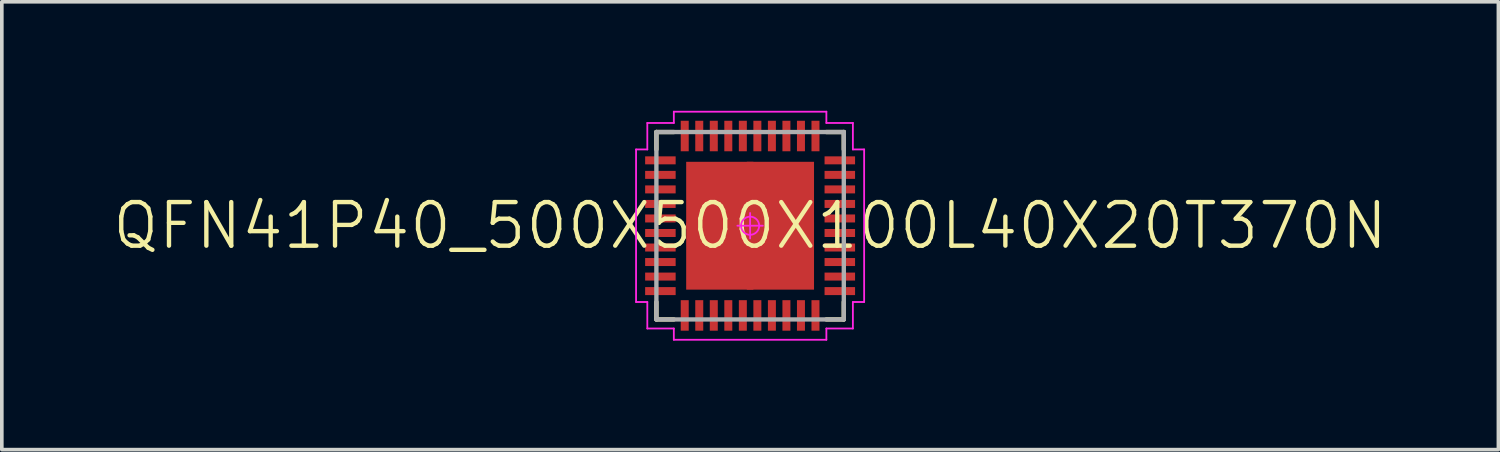
<source format=kicad_pcb>
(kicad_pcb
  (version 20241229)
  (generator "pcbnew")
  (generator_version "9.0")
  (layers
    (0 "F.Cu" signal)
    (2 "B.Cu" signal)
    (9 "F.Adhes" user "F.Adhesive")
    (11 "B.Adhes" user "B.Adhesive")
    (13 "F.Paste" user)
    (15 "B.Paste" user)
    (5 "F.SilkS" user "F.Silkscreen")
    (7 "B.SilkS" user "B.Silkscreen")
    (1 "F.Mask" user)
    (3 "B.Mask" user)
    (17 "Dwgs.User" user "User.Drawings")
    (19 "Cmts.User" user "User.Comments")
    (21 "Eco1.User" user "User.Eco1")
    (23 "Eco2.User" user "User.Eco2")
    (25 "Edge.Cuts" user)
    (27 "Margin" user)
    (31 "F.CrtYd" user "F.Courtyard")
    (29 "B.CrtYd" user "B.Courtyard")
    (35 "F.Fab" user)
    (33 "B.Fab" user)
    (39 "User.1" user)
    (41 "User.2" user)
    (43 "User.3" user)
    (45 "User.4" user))
  (footprint "QFN41P40_500X500X100L40X20T370N"
    (layer "F.Cu")
    (at 17.603 3.165)
    (property "Reference" "QFN41P40_500X500X100L40X20T370N" (at 0 0 0) (layer "F.SilkS") (effects (font (size 1.2 1.2) (thickness 0.12))))
    (attr smd)
    (fp_line (start -2.58 -2.58) (end -2.58 -2.1) (stroke (width 0.12) (type solid)) (layer "F.SilkS"))
    (fp_line (start -2.58 2.58) (end -2.58 2.1) (stroke (width 0.12) (type solid)) (layer "F.SilkS"))
    (fp_line (start -2.1 -2.58) (end -2.58 -2.58) (stroke (width 0.12) (type solid)) (layer "F.SilkS"))
    (fp_line (start -2.1 2.58) (end -2.58 2.58) (stroke (width 0.12) (type solid)) (layer "F.SilkS"))
    (fp_line (start 2.1 -2.58) (end 2.58 -2.58) (stroke (width 0.12) (type solid)) (layer "F.SilkS"))
    (fp_line (start 2.1 2.58) (end 2.58 2.58) (stroke (width 0.12) (type solid)) (layer "F.SilkS"))
    (fp_line (start 2.58 -2.58) (end 2.58 -2.1) (stroke (width 0.12) (type solid)) (layer "F.SilkS"))
    (fp_line (start 2.58 2.58) (end 2.58 2.1) (stroke (width 0.12) (type solid)) (layer "F.SilkS"))
    (fp_line (start -3.14 -2.1) (end -3.14 2.1) (stroke (width 0.05) (type solid)) (layer "F.CrtYd"))
    (fp_line (start -3.14 2.1) (end -2.83 2.1) (stroke (width 0.05) (type solid)) (layer "F.CrtYd"))
    (fp_line (start -2.83 -2.83) (end -2.83 -2.1) (stroke (width 0.05) (type solid)) (layer "F.CrtYd"))
    (fp_line (start -2.83 -2.1) (end -3.14 -2.1) (stroke (width 0.05) (type solid)) (layer "F.CrtYd"))
    (fp_line (start -2.83 2.1) (end -2.83 2.83) (stroke (width 0.05) (type solid)) (layer "F.CrtYd"))
    (fp_line (start -2.83 2.83) (end -2.1 2.83) (stroke (width 0.05) (type solid)) (layer "F.CrtYd"))
    (fp_line (start -2.1 -3.14) (end -2.1 -2.83) (stroke (width 0.05) (type solid)) (layer "F.CrtYd"))
    (fp_line (start -2.1 -2.83) (end -2.83 -2.83) (stroke (width 0.05) (type solid)) (layer "F.CrtYd"))
    (fp_line (start -2.1 2.83) (end -2.1 3.14) (stroke (width 0.05) (type solid)) (layer "F.CrtYd"))
    (fp_line (start -2.1 3.14) (end 2.1 3.14) (stroke (width 0.05) (type solid)) (layer "F.CrtYd"))
    (fp_line (start -0.35 0) (end 0.35 0) (stroke (width 0.05) (type solid)) (layer "F.CrtYd"))
    (fp_line (start 0 -0.35) (end 0 0.35) (stroke (width 0.05) (type solid)) (layer "F.CrtYd"))
    (fp_line (start 2.1 -3.14) (end -2.1 -3.14) (stroke (width 0.05) (type solid)) (layer "F.CrtYd"))
    (fp_line (start 2.1 -2.83) (end 2.1 -3.14) (stroke (width 0.05) (type solid)) (layer "F.CrtYd"))
    (fp_line (start 2.1 2.83) (end 2.83 2.83) (stroke (width 0.05) (type solid)) (layer "F.CrtYd"))
    (fp_line (start 2.1 3.14) (end 2.1 2.83) (stroke (width 0.05) (type solid)) (layer "F.CrtYd"))
    (fp_line (start 2.83 -2.83) (end 2.1 -2.83) (stroke (width 0.05) (type solid)) (layer "F.CrtYd"))
    (fp_line (start 2.83 -2.1) (end 2.83 -2.83) (stroke (width 0.05) (type solid)) (layer "F.CrtYd"))
    (fp_line (start 2.83 2.1) (end 3.14 2.1) (stroke (width 0.05) (type solid)) (layer "F.CrtYd"))
    (fp_line (start 2.83 2.83) (end 2.83 2.1) (stroke (width 0.05) (type solid)) (layer "F.CrtYd"))
    (fp_line (start 3.14 -2.1) (end 2.83 -2.1) (stroke (width 0.05) (type solid)) (layer "F.CrtYd"))
    (fp_line (start 3.14 2.1) (end 3.14 -2.1) (stroke (width 0.05) (type solid)) (layer "F.CrtYd"))
    (fp_circle (center 0 0) (end 0 0.25) (stroke (width 0.05) (type solid)) (fill no) (layer "F.CrtYd"))
    (fp_line (start -2.58 -2.58) (end 2.58 -2.58) (stroke (width 0.12) (type solid)) (layer "F.Fab"))
    (fp_line (start -2.58 2.58) (end -2.58 -2.58) (stroke (width 0.12) (type solid)) (layer "F.Fab"))
    (fp_line (start 2.58 -2.58) (end 2.58 2.58) (stroke (width 0.12) (type solid)) (layer "F.Fab"))
    (fp_line (start 2.58 2.58) (end -2.58 2.58) (stroke (width 0.12) (type solid)) (layer "F.Fab"))
    (pad "1" smd rect (at -1.8 2.47 90) (size 0.84 0.22) (layers "F.Cu" "F.Mask" "F.Paste"))
    (pad "2" smd rect (at -1.4 2.47 90) (size 0.84 0.22) (layers "F.Cu" "F.Mask" "F.Paste"))
    (pad "3" smd rect (at -1 2.47 90) (size 0.84 0.22) (layers "F.Cu" "F.Mask" "F.Paste"))
    (pad "4" smd rect (at -0.6 2.47 90) (size 0.84 0.22) (layers "F.Cu" "F.Mask" "F.Paste"))
    (pad "5" smd rect (at -0.2 2.47 90) (size 0.84 0.22) (layers "F.Cu" "F.Mask" "F.Paste"))
    (pad "6" smd rect (at 0.2 2.47 90) (size 0.84 0.22) (layers "F.Cu" "F.Mask" "F.Paste"))
    (pad "7" smd rect (at 0.6 2.47 90) (size 0.84 0.22) (layers "F.Cu" "F.Mask" "F.Paste"))
    (pad "8" smd rect (at 1 2.47 90) (size 0.84 0.22) (layers "F.Cu" "F.Mask" "F.Paste"))
    (pad "9" smd rect (at 1.4 2.47 90) (size 0.84 0.22) (layers "F.Cu" "F.Mask" "F.Paste"))
    (pad "10" smd rect (at 1.8 2.47 90) (size 0.84 0.22) (layers "F.Cu" "F.Mask" "F.Paste"))
    (pad "11" smd rect (at 2.47 1.8) (size 0.84 0.22) (layers "F.Cu" "F.Mask" "F.Paste"))
    (pad "12" smd rect (at 2.47 1.4) (size 0.84 0.22) (layers "F.Cu" "F.Mask" "F.Paste"))
    (pad "13" smd rect (at 2.47 1) (size 0.84 0.22) (layers "F.Cu" "F.Mask" "F.Paste"))
    (pad "14" smd rect (at 2.47 0.6) (size 0.84 0.22) (layers "F.Cu" "F.Mask" "F.Paste"))
    (pad "15" smd rect (at 2.47 0.2) (size 0.84 0.22) (layers "F.Cu" "F.Mask" "F.Paste"))
    (pad "16" smd rect (at 2.47 -0.2) (size 0.84 0.22) (layers "F.Cu" "F.Mask" "F.Paste"))
    (pad "17" smd rect (at 2.47 -0.6) (size 0.84 0.22) (layers "F.Cu" "F.Mask" "F.Paste"))
    (pad "18" smd rect (at 2.47 -1) (size 0.84 0.22) (layers "F.Cu" "F.Mask" "F.Paste"))
    (pad "19" smd rect (at 2.47 -1.4) (size 0.84 0.22) (layers "F.Cu" "F.Mask" "F.Paste"))
    (pad "20" smd rect (at 2.47 -1.8) (size 0.84 0.22) (layers "F.Cu" "F.Mask" "F.Paste"))
    (pad "21" smd rect (at 1.8 -2.47 90) (size 0.84 0.22) (layers "F.Cu" "F.Mask" "F.Paste"))
    (pad "22" smd rect (at 1.4 -2.47 90) (size 0.84 0.22) (layers "F.Cu" "F.Mask" "F.Paste"))
    (pad "23" smd rect (at 1 -2.47 90) (size 0.84 0.22) (layers "F.Cu" "F.Mask" "F.Paste"))
    (pad "24" smd rect (at 0.6 -2.47 90) (size 0.84 0.22) (layers "F.Cu" "F.Mask" "F.Paste"))
    (pad "25" smd rect (at 0.2 -2.47 90) (size 0.84 0.22) (layers "F.Cu" "F.Mask" "F.Paste"))
    (pad "26" smd rect (at -0.2 -2.47 90) (size 0.84 0.22) (layers "F.Cu" "F.Mask" "F.Paste"))
    (pad "27" smd rect (at -0.6 -2.47 90) (size 0.84 0.22) (layers "F.Cu" "F.Mask" "F.Paste"))
    (pad "28" smd rect (at -1 -2.47 90) (size 0.84 0.22) (layers "F.Cu" "F.Mask" "F.Paste"))
    (pad "29" smd rect (at -1.4 -2.47 90) (size 0.84 0.22) (layers "F.Cu" "F.Mask" "F.Paste"))
    (pad "30" smd rect (at -1.8 -2.47 90) (size 0.84 0.22) (layers "F.Cu" "F.Mask" "F.Paste"))
    (pad "31" smd rect (at -2.47 -1.8) (size 0.84 0.22) (layers "F.Cu" "F.Mask" "F.Paste"))
    (pad "32" smd rect (at -2.47 -1.4) (size 0.84 0.22) (layers "F.Cu" "F.Mask" "F.Paste"))
    (pad "33" smd rect (at -2.47 -1) (size 0.84 0.22) (layers "F.Cu" "F.Mask" "F.Paste"))
    (pad "34" smd rect (at -2.47 -0.6) (size 0.84 0.22) (layers "F.Cu" "F.Mask" "F.Paste"))
    (pad "35" smd rect (at -2.47 -0.2) (size 0.84 0.22) (layers "F.Cu" "F.Mask" "F.Paste"))
    (pad "36" smd rect (at -2.47 0.2) (size 0.84 0.22) (layers "F.Cu" "F.Mask" "F.Paste"))
    (pad "37" smd rect (at -2.47 0.6) (size 0.84 0.22) (layers "F.Cu" "F.Mask" "F.Paste"))
    (pad "38" smd rect (at -2.47 1) (size 0.84 0.22) (layers "F.Cu" "F.Mask" "F.Paste"))
    (pad "39" smd rect (at -2.47 1.4) (size 0.84 0.22) (layers "F.Cu" "F.Mask" "F.Paste"))
    (pad "40" smd rect (at -2.47 1.8) (size 0.84 0.22) (layers "F.Cu" "F.Mask" "F.Paste"))
    (pad "41" smd rect (at -0.835 -0.835) (size 1.85 1.85) (layers "F.Cu" "F.Mask" "F.Paste"))
    (pad "41" smd rect (at -0.835 0.835) (size 1.85 1.85) (layers "F.Cu" "F.Mask" "F.Paste"))
    (pad "41" smd rect (at 0.835 -0.835) (size 1.85 1.85) (layers "F.Cu" "F.Mask" "F.Paste"))
    (pad "41" smd rect (at 0.835 0.835) (size 1.85 1.85) (layers "F.Cu" "F.Mask" "F.Paste")))
  (gr_rect
    (start -3 -3)
    (end 38.206 9.33)
    (stroke (width 0.1) (type default))
    (fill no)
    (layer "Edge.Cuts")))
</source>
